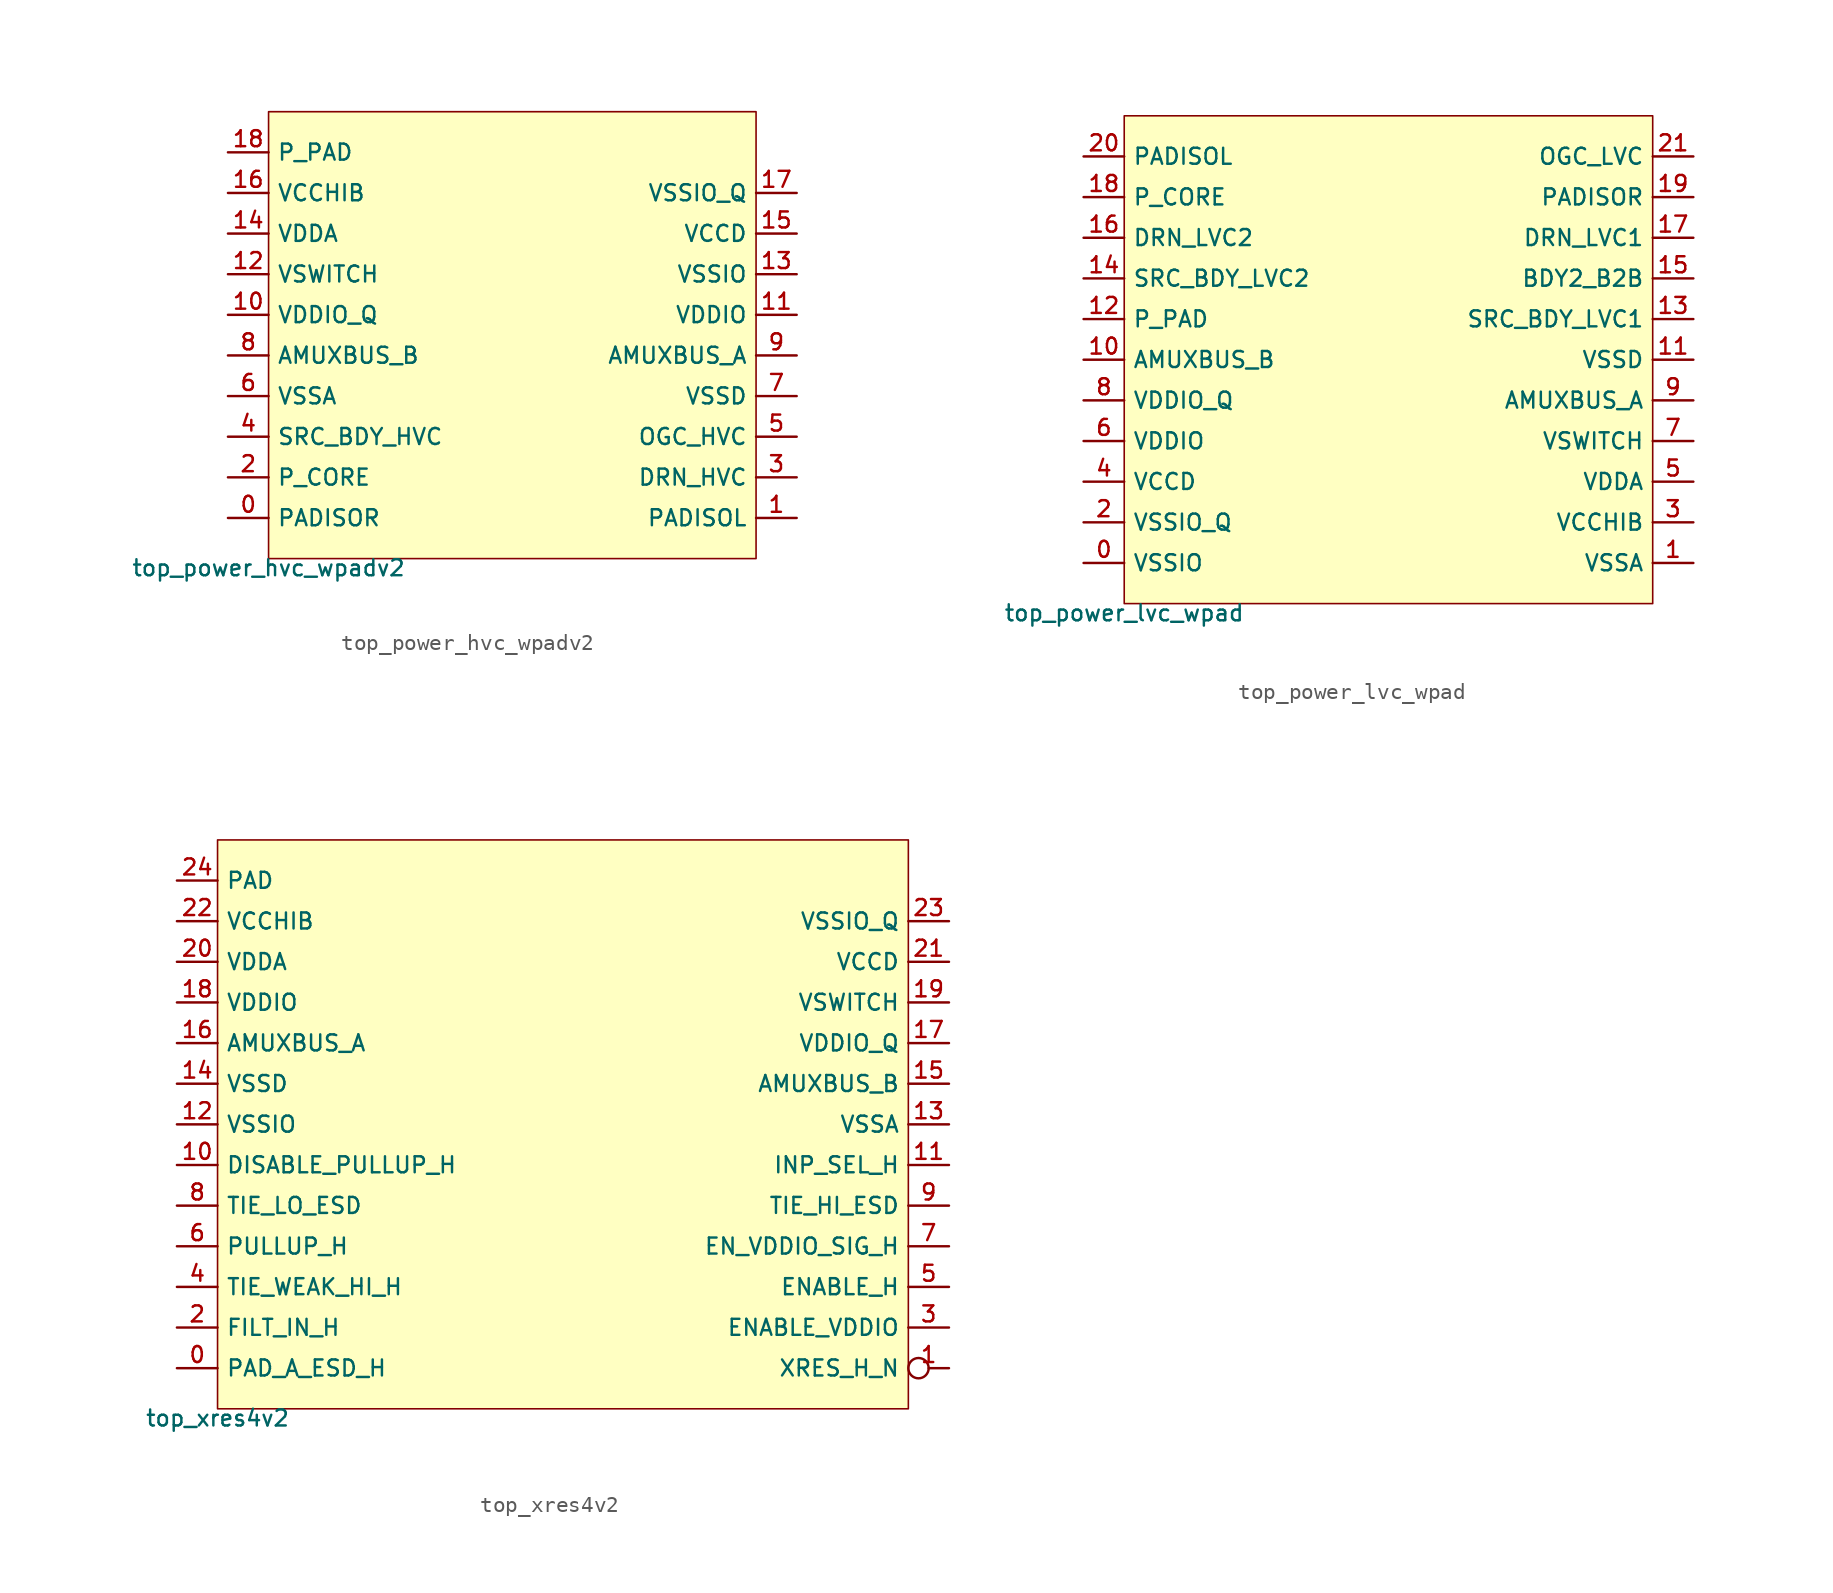
<source format=kicad_sym>
(kicad_symbol_lib
  (version 20211014)
  (generator pdk2kicad)
  (symbol "top_power_hvc_wpadv2"
    (property "Reference" "X"
      (at 0 0 0)
      (effects (font (size 1 1)) hide))
    (property "Value" "top_power_hvc_wpadv2"
      (at -15.24 -13.97 0)
      (effects (font (size 1 1)) (justify top)))
    (rectangle
      (start -15.24 -13.97)
      (end 15.24 13.97)
      (stroke (width 0.1) (type solid) (color 0 0 0 0))
      (fill (type background)))
    (pin bidirectional line
      (at -17.78 -11.43 0)
      (length 2.54)
      (name "PADISOR" (effects (font (size 1 1)) hide))
      (number "0" (effects (font (size 1 1)) hide)))
    (pin bidirectional line
      (at 17.78 -11.43 180)
      (length 2.54)
      (name "PADISOL" (effects (font (size 1 1)) hide))
      (number "1" (effects (font (size 1 1)) hide)))
    (pin bidirectional line
      (at -17.78 -8.89 0)
      (length 2.54)
      (name "P_CORE" (effects (font (size 1 1)) hide))
      (number "2" (effects (font (size 1 1)) hide)))
    (pin bidirectional line
      (at 17.78 -8.89 180)
      (length 2.54)
      (name "DRN_HVC" (effects (font (size 1 1)) hide))
      (number "3" (effects (font (size 1 1)) hide)))
    (pin bidirectional line
      (at -17.78 -6.35 0)
      (length 2.54)
      (name "SRC_BDY_HVC" (effects (font (size 1 1)) hide))
      (number "4" (effects (font (size 1 1)) hide)))
    (pin bidirectional line
      (at 17.78 -6.35 180)
      (length 2.54)
      (name "OGC_HVC" (effects (font (size 1 1)) hide))
      (number "5" (effects (font (size 1 1)) hide)))
    (pin bidirectional line
      (at -17.78 -3.81 0)
      (length 2.54)
      (name "VSSA" (effects (font (size 1 1)) hide))
      (number "6" (effects (font (size 1 1)) hide)))
    (pin bidirectional line
      (at 17.78 -3.81 180)
      (length 2.54)
      (name "VSSD" (effects (font (size 1 1)) hide))
      (number "7" (effects (font (size 1 1)) hide)))
    (pin bidirectional line
      (at -17.78 -1.27 0)
      (length 2.54)
      (name "AMUXBUS_B" (effects (font (size 1 1)) hide))
      (number "8" (effects (font (size 1 1)) hide)))
    (pin bidirectional line
      (at 17.78 -1.27 180)
      (length 2.54)
      (name "AMUXBUS_A" (effects (font (size 1 1)) hide))
      (number "9" (effects (font (size 1 1)) hide)))
    (pin bidirectional line
      (at -17.78 1.27 0)
      (length 2.54)
      (name "VDDIO_Q" (effects (font (size 1 1)) hide))
      (number "10" (effects (font (size 1 1)) hide)))
    (pin bidirectional line
      (at 17.78 1.27 180)
      (length 2.54)
      (name "VDDIO" (effects (font (size 1 1)) hide))
      (number "11" (effects (font (size 1 1)) hide)))
    (pin bidirectional line
      (at -17.78 3.81 0)
      (length 2.54)
      (name "VSWITCH" (effects (font (size 1 1)) hide))
      (number "12" (effects (font (size 1 1)) hide)))
    (pin bidirectional line
      (at 17.78 3.81 180)
      (length 2.54)
      (name "VSSIO" (effects (font (size 1 1)) hide))
      (number "13" (effects (font (size 1 1)) hide)))
    (pin bidirectional line
      (at -17.78 6.35 0)
      (length 2.54)
      (name "VDDA" (effects (font (size 1 1)) hide))
      (number "14" (effects (font (size 1 1)) hide)))
    (pin bidirectional line
      (at 17.78 6.35 180)
      (length 2.54)
      (name "VCCD" (effects (font (size 1 1)) hide))
      (number "15" (effects (font (size 1 1)) hide)))
    (pin bidirectional line
      (at -17.78 8.89 0)
      (length 2.54)
      (name "VCCHIB" (effects (font (size 1 1)) hide))
      (number "16" (effects (font (size 1 1)) hide)))
    (pin bidirectional line
      (at 17.78 8.89 180)
      (length 2.54)
      (name "VSSIO_Q" (effects (font (size 1 1)) hide))
      (number "17" (effects (font (size 1 1)) hide)))
    (pin bidirectional line
      (at -17.78 11.43 0)
      (length 2.54)
      (name "P_PAD" (effects (font (size 1 1)) hide))
      (number "18" (effects (font (size 1 1)) hide))))
  (symbol "top_power_lvc_wpad"
    (property "Reference" "X"
      (at 0 0 0)
      (effects (font (size 1 1)) hide))
    (property "Value" "top_power_lvc_wpad"
      (at -16.51 -15.24 0)
      (effects (font (size 1 1)) (justify top)))
    (rectangle
      (start -16.51 -15.24)
      (end 16.51 15.24)
      (stroke (width 0.1) (type solid) (color 0 0 0 0))
      (fill (type background)))
    (pin bidirectional line
      (at -19.05 -12.7 0)
      (length 2.54)
      (name "VSSIO" (effects (font (size 1 1)) hide))
      (number "0" (effects (font (size 1 1)) hide)))
    (pin bidirectional line
      (at 19.05 -12.7 180)
      (length 2.54)
      (name "VSSA" (effects (font (size 1 1)) hide))
      (number "1" (effects (font (size 1 1)) hide)))
    (pin bidirectional line
      (at -19.05 -10.16 0)
      (length 2.54)
      (name "VSSIO_Q" (effects (font (size 1 1)) hide))
      (number "2" (effects (font (size 1 1)) hide)))
    (pin bidirectional line
      (at 19.05 -10.16 180)
      (length 2.54)
      (name "VCCHIB" (effects (font (size 1 1)) hide))
      (number "3" (effects (font (size 1 1)) hide)))
    (pin bidirectional line
      (at -19.05 -7.62 0)
      (length 2.54)
      (name "VCCD" (effects (font (size 1 1)) hide))
      (number "4" (effects (font (size 1 1)) hide)))
    (pin bidirectional line
      (at 19.05 -7.62 180)
      (length 2.54)
      (name "VDDA" (effects (font (size 1 1)) hide))
      (number "5" (effects (font (size 1 1)) hide)))
    (pin bidirectional line
      (at -19.05 -5.08 0)
      (length 2.54)
      (name "VDDIO" (effects (font (size 1 1)) hide))
      (number "6" (effects (font (size 1 1)) hide)))
    (pin bidirectional line
      (at 19.05 -5.08 180)
      (length 2.54)
      (name "VSWITCH" (effects (font (size 1 1)) hide))
      (number "7" (effects (font (size 1 1)) hide)))
    (pin bidirectional line
      (at -19.05 -2.54 0)
      (length 2.54)
      (name "VDDIO_Q" (effects (font (size 1 1)) hide))
      (number "8" (effects (font (size 1 1)) hide)))
    (pin bidirectional line
      (at 19.05 -2.54 180)
      (length 2.54)
      (name "AMUXBUS_A" (effects (font (size 1 1)) hide))
      (number "9" (effects (font (size 1 1)) hide)))
    (pin bidirectional line
      (at -19.05 0.0 0)
      (length 2.54)
      (name "AMUXBUS_B" (effects (font (size 1 1)) hide))
      (number "10" (effects (font (size 1 1)) hide)))
    (pin bidirectional line
      (at 19.05 0.0 180)
      (length 2.54)
      (name "VSSD" (effects (font (size 1 1)) hide))
      (number "11" (effects (font (size 1 1)) hide)))
    (pin bidirectional line
      (at -19.05 2.54 0)
      (length 2.54)
      (name "P_PAD" (effects (font (size 1 1)) hide))
      (number "12" (effects (font (size 1 1)) hide)))
    (pin bidirectional line
      (at 19.05 2.54 180)
      (length 2.54)
      (name "SRC_BDY_LVC1" (effects (font (size 1 1)) hide))
      (number "13" (effects (font (size 1 1)) hide)))
    (pin bidirectional line
      (at -19.05 5.08 0)
      (length 2.54)
      (name "SRC_BDY_LVC2" (effects (font (size 1 1)) hide))
      (number "14" (effects (font (size 1 1)) hide)))
    (pin bidirectional line
      (at 19.05 5.08 180)
      (length 2.54)
      (name "BDY2_B2B" (effects (font (size 1 1)) hide))
      (number "15" (effects (font (size 1 1)) hide)))
    (pin bidirectional line
      (at -19.05 7.62 0)
      (length 2.54)
      (name "DRN_LVC2" (effects (font (size 1 1)) hide))
      (number "16" (effects (font (size 1 1)) hide)))
    (pin bidirectional line
      (at 19.05 7.62 180)
      (length 2.54)
      (name "DRN_LVC1" (effects (font (size 1 1)) hide))
      (number "17" (effects (font (size 1 1)) hide)))
    (pin bidirectional line
      (at -19.05 10.16 0)
      (length 2.54)
      (name "P_CORE" (effects (font (size 1 1)) hide))
      (number "18" (effects (font (size 1 1)) hide)))
    (pin bidirectional line
      (at 19.05 10.16 180)
      (length 2.54)
      (name "PADISOR" (effects (font (size 1 1)) hide))
      (number "19" (effects (font (size 1 1)) hide)))
    (pin bidirectional line
      (at -19.05 12.7 0)
      (length 2.54)
      (name "PADISOL" (effects (font (size 1 1)) hide))
      (number "20" (effects (font (size 1 1)) hide)))
    (pin bidirectional line
      (at 19.05 12.7 180)
      (length 2.54)
      (name "OGC_LVC" (effects (font (size 1 1)) hide))
      (number "21" (effects (font (size 1 1)) hide))))
  (symbol "top_xres4v2"
    (property "Reference" "X"
      (at 0 0 0)
      (effects (font (size 1 1)) hide))
    (property "Value" "top_xres4v2"
      (at -21.59 -17.78 0)
      (effects (font (size 1 1)) (justify top)))
    (rectangle
      (start -21.59 -17.78)
      (end 21.59 17.78)
      (stroke (width 0.1) (type solid) (color 0 0 0 0))
      (fill (type background)))
    (pin bidirectional line
      (at -24.13 -15.24 0)
      (length 2.54)
      (name "PAD_A_ESD_H" (effects (font (size 1 1)) hide))
      (number "0" (effects (font (size 1 1)) hide)))
    (pin bidirectional inverted
      (at 24.13 -15.24 180)
      (length 2.54)
      (name "XRES_H_N" (effects (font (size 1 1)) hide))
      (number "1" (effects (font (size 1 1)) hide)))
    (pin bidirectional line
      (at -24.13 -12.7 0)
      (length 2.54)
      (name "FILT_IN_H" (effects (font (size 1 1)) hide))
      (number "2" (effects (font (size 1 1)) hide)))
    (pin bidirectional line
      (at 24.13 -12.7 180)
      (length 2.54)
      (name "ENABLE_VDDIO" (effects (font (size 1 1)) hide))
      (number "3" (effects (font (size 1 1)) hide)))
    (pin bidirectional line
      (at -24.13 -10.16 0)
      (length 2.54)
      (name "TIE_WEAK_HI_H" (effects (font (size 1 1)) hide))
      (number "4" (effects (font (size 1 1)) hide)))
    (pin bidirectional line
      (at 24.13 -10.16 180)
      (length 2.54)
      (name "ENABLE_H" (effects (font (size 1 1)) hide))
      (number "5" (effects (font (size 1 1)) hide)))
    (pin bidirectional line
      (at -24.13 -7.62 0)
      (length 2.54)
      (name "PULLUP_H" (effects (font (size 1 1)) hide))
      (number "6" (effects (font (size 1 1)) hide)))
    (pin bidirectional line
      (at 24.13 -7.62 180)
      (length 2.54)
      (name "EN_VDDIO_SIG_H" (effects (font (size 1 1)) hide))
      (number "7" (effects (font (size 1 1)) hide)))
    (pin bidirectional line
      (at -24.13 -5.08 0)
      (length 2.54)
      (name "TIE_LO_ESD" (effects (font (size 1 1)) hide))
      (number "8" (effects (font (size 1 1)) hide)))
    (pin bidirectional line
      (at 24.13 -5.08 180)
      (length 2.54)
      (name "TIE_HI_ESD" (effects (font (size 1 1)) hide))
      (number "9" (effects (font (size 1 1)) hide)))
    (pin bidirectional line
      (at -24.13 -2.54 0)
      (length 2.54)
      (name "DISABLE_PULLUP_H" (effects (font (size 1 1)) hide))
      (number "10" (effects (font (size 1 1)) hide)))
    (pin bidirectional line
      (at 24.13 -2.54 180)
      (length 2.54)
      (name "INP_SEL_H" (effects (font (size 1 1)) hide))
      (number "11" (effects (font (size 1 1)) hide)))
    (pin bidirectional line
      (at -24.13 -3.552713678800501e-15 0)
      (length 2.54)
      (name "VSSIO" (effects (font (size 1 1)) hide))
      (number "12" (effects (font (size 1 1)) hide)))
    (pin bidirectional line
      (at 24.13 -3.552713678800501e-15 180)
      (length 2.54)
      (name "VSSA" (effects (font (size 1 1)) hide))
      (number "13" (effects (font (size 1 1)) hide)))
    (pin bidirectional line
      (at -24.13 2.54 0)
      (length 2.54)
      (name "VSSD" (effects (font (size 1 1)) hide))
      (number "14" (effects (font (size 1 1)) hide)))
    (pin bidirectional line
      (at 24.13 2.54 180)
      (length 2.54)
      (name "AMUXBUS_B" (effects (font (size 1 1)) hide))
      (number "15" (effects (font (size 1 1)) hide)))
    (pin bidirectional line
      (at -24.13 5.08 0)
      (length 2.54)
      (name "AMUXBUS_A" (effects (font (size 1 1)) hide))
      (number "16" (effects (font (size 1 1)) hide)))
    (pin bidirectional line
      (at 24.13 5.08 180)
      (length 2.54)
      (name "VDDIO_Q" (effects (font (size 1 1)) hide))
      (number "17" (effects (font (size 1 1)) hide)))
    (pin bidirectional line
      (at -24.13 7.62 0)
      (length 2.54)
      (name "VDDIO" (effects (font (size 1 1)) hide))
      (number "18" (effects (font (size 1 1)) hide)))
    (pin bidirectional line
      (at 24.13 7.62 180)
      (length 2.54)
      (name "VSWITCH" (effects (font (size 1 1)) hide))
      (number "19" (effects (font (size 1 1)) hide)))
    (pin bidirectional line
      (at -24.13 10.16 0)
      (length 2.54)
      (name "VDDA" (effects (font (size 1 1)) hide))
      (number "20" (effects (font (size 1 1)) hide)))
    (pin bidirectional line
      (at 24.13 10.16 180)
      (length 2.54)
      (name "VCCD" (effects (font (size 1 1)) hide))
      (number "21" (effects (font (size 1 1)) hide)))
    (pin bidirectional line
      (at -24.13 12.7 0)
      (length 2.54)
      (name "VCCHIB" (effects (font (size 1 1)) hide))
      (number "22" (effects (font (size 1 1)) hide)))
    (pin bidirectional line
      (at 24.13 12.7 180)
      (length 2.54)
      (name "VSSIO_Q" (effects (font (size 1 1)) hide))
      (number "23" (effects (font (size 1 1)) hide)))
    (pin bidirectional line
      (at -24.13 15.24 0)
      (length 2.54)
      (name "PAD" (effects (font (size 1 1)) hide))
      (number "24" (effects (font (size 1 1)) hide)))))
</source>
